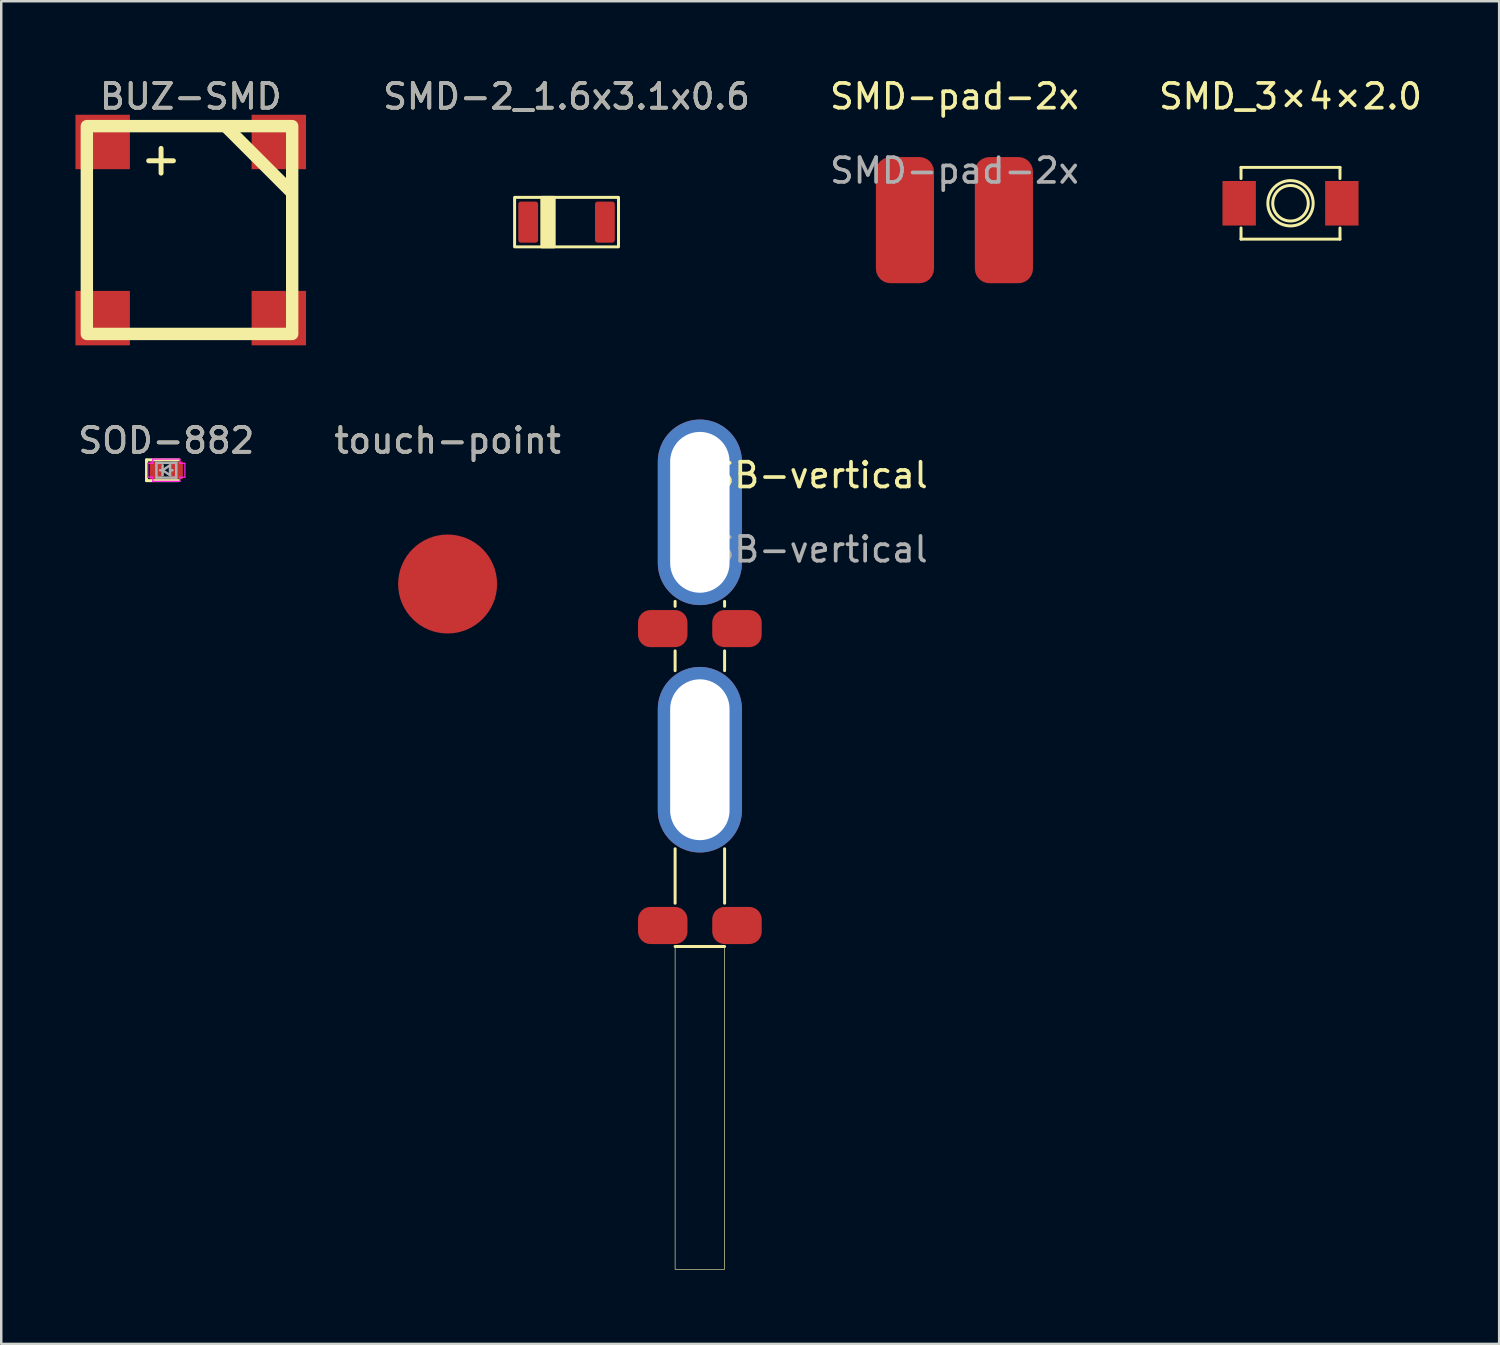
<source format=kicad_pcb>
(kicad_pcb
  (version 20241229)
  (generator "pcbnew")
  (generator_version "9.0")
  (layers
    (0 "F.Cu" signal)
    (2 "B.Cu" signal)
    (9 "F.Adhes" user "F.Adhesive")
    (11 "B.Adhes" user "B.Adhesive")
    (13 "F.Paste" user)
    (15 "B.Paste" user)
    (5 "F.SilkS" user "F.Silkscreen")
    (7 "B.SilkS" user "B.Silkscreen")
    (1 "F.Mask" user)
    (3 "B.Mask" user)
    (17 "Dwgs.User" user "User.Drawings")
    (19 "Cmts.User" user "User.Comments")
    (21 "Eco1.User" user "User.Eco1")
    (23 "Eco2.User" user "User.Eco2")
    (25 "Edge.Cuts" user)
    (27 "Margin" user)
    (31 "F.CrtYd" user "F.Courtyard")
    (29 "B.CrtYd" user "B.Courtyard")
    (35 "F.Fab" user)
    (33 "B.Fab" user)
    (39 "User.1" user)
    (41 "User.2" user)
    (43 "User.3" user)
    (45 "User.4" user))
  (footprint "SMD-2_1.6x3.1x0.6"
    (layer "F.Cu")
    (at 19.85 5.928)
    (property "Reference" "SMD-2_1.6x3.1x0.6" (at 0 -5.08 0) (unlocked yes) (layer "F.SilkS") (effects (font (size 1 1) (thickness 0.15))))
    (attr smd)
    (fp_rect (start -2.1 -1) (end 2.1 1) (stroke (width 0.12) (type solid)) (fill no) (layer "F.SilkS"))
    (fp_rect (start -1 1) (end -0.5 -1) (stroke (width 0.12) (type solid)) (fill yes) (layer "F.SilkS"))
    (fp_rect (start -4 -4) (end 4 4) (stroke (width 0.12) (type solid)) (fill no) (layer "User.1"))
    (fp_text user "${REFERENCE}" (at 0 -5.08 0) (unlocked yes) (layer "F.Fab") (effects (font (size 1 1) (thickness 0.15))))
    (pad "1" smd roundrect (at -1.55 0) (size 0.8 1.66) (layers "F.Cu" "F.Mask" "F.Paste") (roundrect_rratio 0.125))
    (pad "2" smd roundrect (at 1.55 0) (size 0.8 1.66) (layers "F.Cu" "F.Mask" "F.Paste") (roundrect_rratio 0.131)))
  (footprint "SMD_3×4×2.0"
    (layer "F.Cu")
    (at 49.112 5.166)
    (property "Reference" "SMD_3×4×2.0" (at 0 -4.318 0) (layer "F.SilkS") (effects (font (size 1 1) (thickness 0.15))))
    (attr through_hole)
    (fp_line (start -2 -1.45) (end -2 -1) (stroke (width 0.12) (type solid)) (layer "F.SilkS"))
    (fp_line (start -2 1) (end -2 1.45) (stroke (width 0.12) (type solid)) (layer "F.SilkS"))
    (fp_line (start -2 1.45) (end 2 1.45) (stroke (width 0.12) (type solid)) (layer "F.SilkS"))
    (fp_line (start 2 -1.45) (end -2 -1.45) (stroke (width 0.12) (type solid)) (layer "F.SilkS"))
    (fp_line (start 2 -1) (end 2 -1.45) (stroke (width 0.12) (type solid)) (layer "F.SilkS"))
    (fp_line (start 2 1) (end 2 1.45) (stroke (width 0.12) (type solid)) (layer "F.SilkS"))
    (fp_circle (center 0 0) (end 0.508 0.508) (stroke (width 0.12) (type solid)) (fill no) (layer "F.SilkS"))
    (fp_circle (center 0 0) (end 0.762 0.508) (stroke (width 0.12) (type solid)) (fill no) (layer "F.SilkS"))
    (pad "1" smd rect (at -2.075 0 90) (size 1.8 1.35) (layers "F.Cu" "F.Mask" "F.Paste"))
    (pad "2" smd rect (at 2.075 0 90) (size 1.8 1.35) (layers "F.Cu" "F.Mask" "F.Paste")))
  (footprint "SOD-882"
    (layer "F.Cu")
    (at 3.673 15.957)
    (property "Reference" "SOD-882" (at 0 -1.2 0) (layer "F.SilkS") (effects (font (size 1 1) (thickness 0.15))))
    (attr smd)
    (fp_line (start -0.8 -0.42) (end -0.8 0.42) (stroke (width 0.12) (type solid)) (layer "F.SilkS"))
    (fp_line (start 0.5 -0.42) (end -0.8 -0.42) (stroke (width 0.12) (type solid)) (layer "F.SilkS"))
    (fp_line (start 0.5 0.42) (end -0.8 0.42) (stroke (width 0.12) (type solid)) (layer "F.SilkS"))
    (fp_line (start -0.75 -0.28) (end -0.75 0.28) (stroke (width 0.05) (type solid)) (layer "F.CrtYd"))
    (fp_line (start -0.75 0.28) (end -0.55 0.28) (stroke (width 0.05) (type solid)) (layer "F.CrtYd"))
    (fp_line (start -0.55 -0.45) (end 0.55 -0.45) (stroke (width 0.05) (type solid)) (layer "F.CrtYd"))
    (fp_line (start -0.55 -0.28) (end -0.75 -0.28) (stroke (width 0.05) (type solid)) (layer "F.CrtYd"))
    (fp_line (start -0.55 -0.28) (end -0.55 -0.45) (stroke (width 0.05) (type solid)) (layer "F.CrtYd"))
    (fp_line (start -0.55 0.45) (end -0.55 0.28) (stroke (width 0.05) (type solid)) (layer "F.CrtYd"))
    (fp_line (start 0.55 -0.45) (end 0.55 -0.28) (stroke (width 0.05) (type solid)) (layer "F.CrtYd"))
    (fp_line (start 0.55 -0.28) (end 0.75 -0.28) (stroke (width 0.05) (type solid)) (layer "F.CrtYd"))
    (fp_line (start 0.55 0.28) (end 0.55 0.45) (stroke (width 0.05) (type solid)) (layer "F.CrtYd"))
    (fp_line (start 0.55 0.45) (end -0.55 0.45) (stroke (width 0.05) (type solid)) (layer "F.CrtYd"))
    (fp_line (start 0.75 -0.28) (end 0.75 0.28) (stroke (width 0.05) (type solid)) (layer "F.CrtYd"))
    (fp_line (start 0.75 0.28) (end 0.55 0.28) (stroke (width 0.05) (type solid)) (layer "F.CrtYd"))
    (fp_line (start -0.4 -0.3) (end 0.4 -0.3) (stroke (width 0.1) (type solid)) (layer "F.Fab"))
    (fp_line (start -0.4 0.3) (end -0.4 -0.3) (stroke (width 0.1) (type solid)) (layer "F.Fab"))
    (fp_line (start -0.15 0) (end -0.25 0) (stroke (width 0.1) (type solid)) (layer "F.Fab"))
    (fp_line (start -0.15 0) (end 0.15 0.2) (stroke (width 0.1) (type solid)) (layer "F.Fab"))
    (fp_line (start -0.15 0.2) (end -0.15 -0.2) (stroke (width 0.1) (type solid)) (layer "F.Fab"))
    (fp_line (start 0.15 -0.2) (end -0.15 0) (stroke (width 0.1) (type solid)) (layer "F.Fab"))
    (fp_line (start 0.15 0) (end 0.25 0) (stroke (width 0.1) (type solid)) (layer "F.Fab"))
    (fp_line (start 0.15 0.2) (end 0.15 -0.2) (stroke (width 0.1) (type solid)) (layer "F.Fab"))
    (fp_line (start 0.4 -0.3) (end 0.4 0.3) (stroke (width 0.1) (type solid)) (layer "F.Fab"))
    (fp_line (start 0.4 0.3) (end -0.4 0.3) (stroke (width 0.1) (type solid)) (layer "F.Fab"))
    (fp_text user "${REFERENCE}" (at 0 -1.2 0) (layer "F.Fab") (effects (font (size 1 1) (thickness 0.15))))
    (pad "1" smd rect (at -0.42 0 180) (size 0.3 0.6) (layers "F.Cu" "F.Mask" "F.Paste"))
    (pad "1" smd rect (at -0.42 0 180) (size 0.5 0.7) (layers "F.Cu" "F.Mask"))
    (pad "2" smd rect (at 0.42 0 180) (size 0.3 0.6) (layers "F.Cu" "F.Mask" "F.Paste"))
    (pad "2" smd rect (at 0.42 0 180) (size 0.5 0.7) (layers "F.Cu" "F.Mask")))
  (footprint "touch-point"
    (layer "F.Cu")
    (at 15.042 20.556)
    (property "Reference" "touch-point" (at 0 -5.8 0) (unlocked yes) (layer "F.SilkS") (effects (font (size 1 1) (thickness 0.15))))
    (fp_text user "${REFERENCE}" (at 0 -5.8 0) (unlocked yes) (layer "F.Fab") (effects (font (size 1 1) (thickness 0.15))))
    (pad "1" smd circle (at 0 0) (size 4 4) (property pad_prop_heatsink) (layers "F.Cu")))
  (footprint "USB-vertical"
    (layer "F.Cu")
    (at 25.238 22.658)
    (property "Reference" "USB-vertical" (at 4.3 -6.5 0) (unlocked yes) (layer "F.SilkS") (effects (font (size 1 1) (thickness 0.15))))
    (attr through_hole)
    (fp_line (start -1 -1.4) (end -1 -1.2) (stroke (width 0.12) (type solid)) (layer "F.SilkS"))
    (fp_line (start -1 0.6) (end -1 1.4) (stroke (width 0.12) (type solid)) (layer "F.SilkS"))
    (fp_line (start -1 8.6) (end -1 10.8) (stroke (width 0.12) (type solid)) (layer "F.SilkS"))
    (fp_line (start 1 -1.4) (end 1 -1.2) (stroke (width 0.12) (type solid)) (layer "F.SilkS"))
    (fp_line (start 1 0.6) (end 1 1.4) (stroke (width 0.12) (type solid)) (layer "F.SilkS"))
    (fp_line (start 1 8.6) (end 1 10.8) (stroke (width 0.12) (type solid)) (layer "F.SilkS"))
    (fp_line (start 1 12.55) (end -1 12.55) (stroke (width 0.12) (type solid)) (layer "F.SilkS"))
    (fp_rect (start -1 12.5) (end 1 25.6) (stroke (width 0.025) (type solid)) (fill no) (layer "F.SilkS"))
    (fp_rect (start -1 -7.5) (end 1 -2.5) (stroke (width 0.12) (type solid)) (fill no) (layer "User.1"))
    (fp_text user "${REFERENCE}" (at 4.3 -3.5 0) (unlocked yes) (layer "F.Fab") (effects (font (size 1 1) (thickness 0.15))))
    (pad "1" thru_hole oval (at 0 5) (size 3.4 7.5) (drill oval 2.4 6.5) (layers "*.Cu" "*.Mask"))
    (pad "2" smd roundrect (at -1.5 -0.3 90) (size 1.5 2) (layers "F.Cu" "F.Mask" "F.Paste") (roundrect_rratio 0.333))
    (pad "3" smd roundrect (at 1.5 -0.3 90) (size 1.5 2) (layers "F.Cu" "F.Mask" "F.Paste") (roundrect_rratio 0.333))
    (pad "4" thru_hole oval (at 0 -5) (size 3.4 7.5) (drill oval 2.4 6.5) (layers "*.Cu" "*.Mask"))
    (pad "5" smd roundrect (at -1.5 11.7 90) (size 1.5 2) (layers "F.Cu" "F.Mask" "F.Paste") (roundrect_rratio 0.333))
    (pad "5" smd roundrect (at 1.5 11.7 90) (size 1.5 2) (layers "F.Cu" "F.Mask" "F.Paste") (roundrect_rratio 0.333)))
  (footprint "BUZ-SMD"
    (layer "F.Cu")
    (at 4.66 6.248)
    (property "Reference" "BUZ-SMD" (at 0 -5.4 0) (unlocked yes) (layer "F.SilkS") (effects (font (size 1 1) (thickness 0.15))))
    (attr smd)
    (fp_line (start -1.7 -2.8) (end -0.7 -2.8) (stroke (width 0.2) (type solid)) (layer "F.SilkS"))
    (fp_line (start -1.2 -3.3) (end -1.2 -2.3) (stroke (width 0.2) (type solid)) (layer "F.SilkS"))
    (fp_line (start 1.5 -4.1) (end 4 -1.6) (stroke (width 0.5) (type solid)) (layer "F.SilkS"))
    (fp_rect (start 4.1 4.2) (end -4.2 -4.2) (stroke (width 0.5) (type solid)) (fill no) (layer "F.SilkS"))
    (fp_text user "${REFERENCE}" (at 0 -5.4 0) (unlocked yes) (layer "F.Fab") (effects (font (size 1 1) (thickness 0.15))))
    (pad "1" smd rect (at -3.56 -3.56) (size 2.2 2.2) (property pad_prop_heatsink) (layers "F.Cu"))
    (pad "2" smd rect (at -3.56 3.56) (size 2.2 2.2) (property pad_prop_heatsink) (layers "F.Cu"))
    (pad "3" smd rect (at 3.56 3.56) (size 2.2 2.2) (property pad_prop_heatsink) (layers "F.Cu"))
    (pad "4" smd rect (at 3.56 -3.56) (size 2.2 2.2) (property pad_prop_heatsink) (layers "F.Cu")))
  (footprint "SMD-pad-2x"
    (layer "F.Cu")
    (at 35.528 5.848)
    (property "Reference" "SMD-pad-2x" (at 0 -5 0) (unlocked yes) (layer "F.SilkS") (effects (font (size 1 1) (thickness 0.15))))
    (attr smd)
    (fp_text user "${REFERENCE}" (at 0 -2 0) (unlocked yes) (layer "F.Fab") (effects (font (size 1 1) (thickness 0.15))))
    (pad "1" smd roundrect (at -2 0 180) (size 2.35 5.1) (layers "F.Cu" "F.Mask" "F.Paste") (roundrect_rratio 0.25))
    (pad "2" smd roundrect (at 2 0 180) (size 2.35 5.1) (layers "F.Cu" "F.Mask" "F.Paste") (roundrect_rratio 0.25)))
  (gr_rect
    (start -3 -3)
    (end 57.546 51.271)
    (stroke (width 0.1) (type default))
    (fill no)
    (layer "Edge.Cuts")))
</source>
